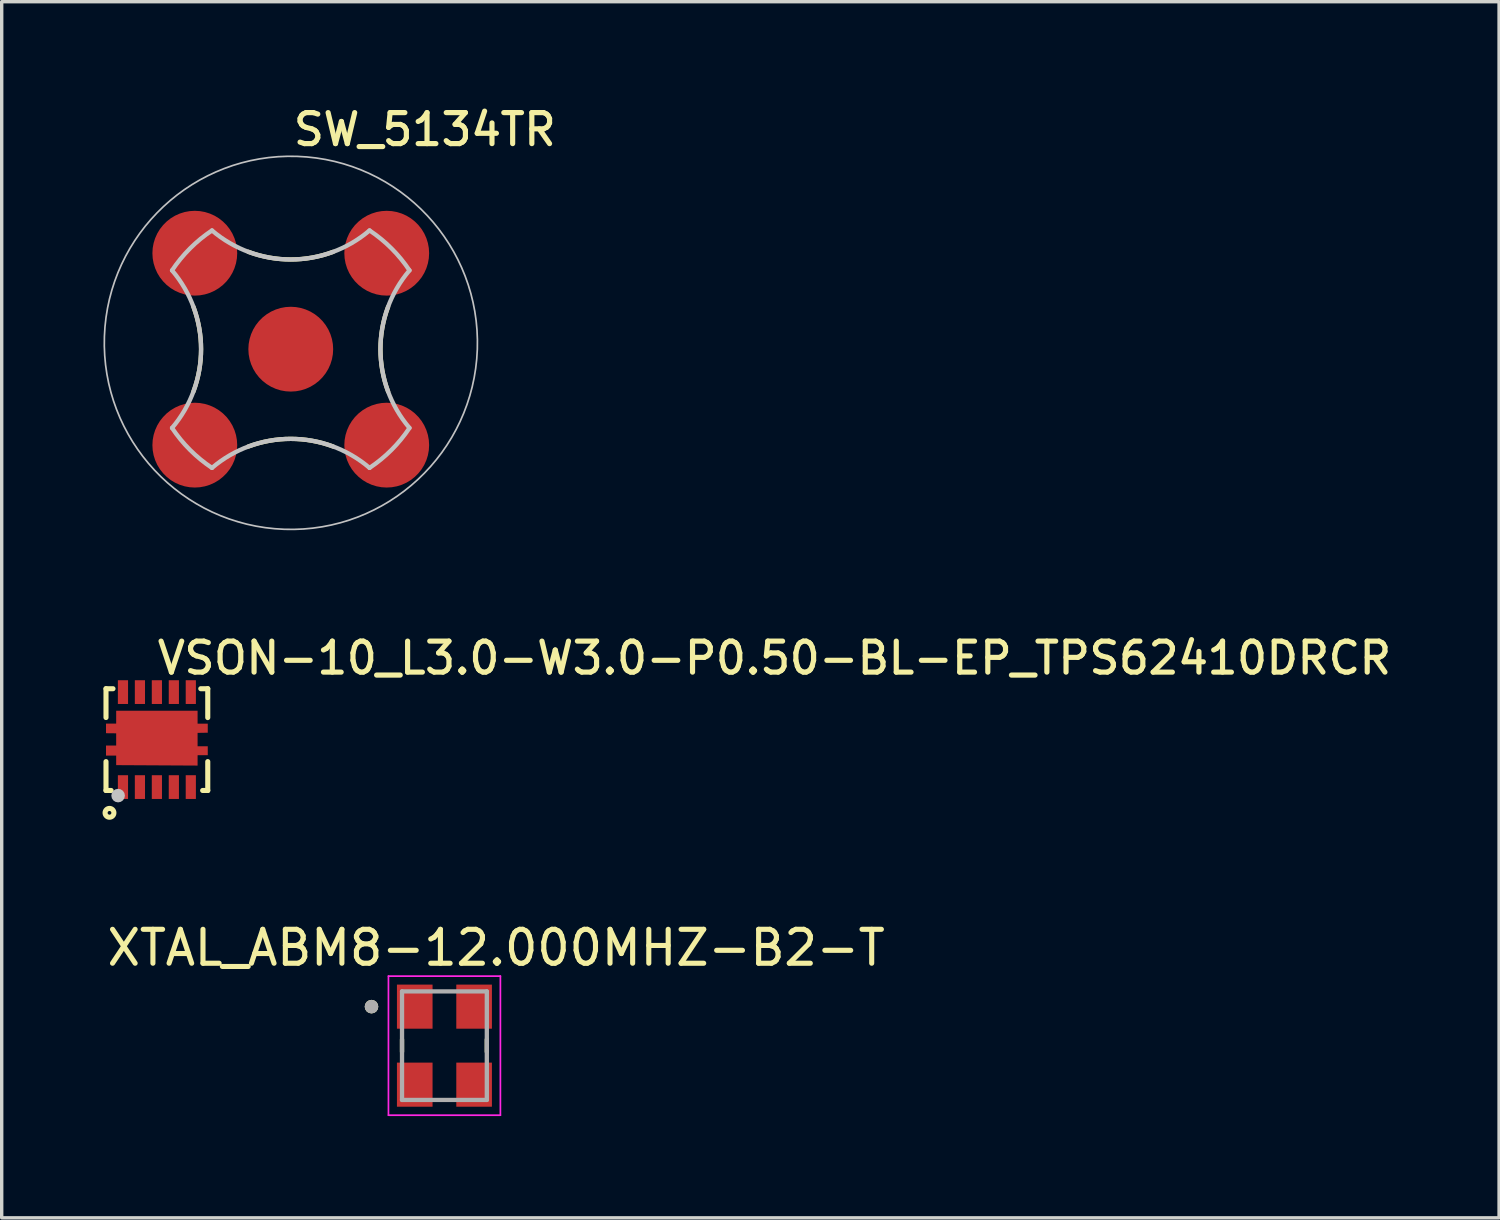
<source format=kicad_pcb>
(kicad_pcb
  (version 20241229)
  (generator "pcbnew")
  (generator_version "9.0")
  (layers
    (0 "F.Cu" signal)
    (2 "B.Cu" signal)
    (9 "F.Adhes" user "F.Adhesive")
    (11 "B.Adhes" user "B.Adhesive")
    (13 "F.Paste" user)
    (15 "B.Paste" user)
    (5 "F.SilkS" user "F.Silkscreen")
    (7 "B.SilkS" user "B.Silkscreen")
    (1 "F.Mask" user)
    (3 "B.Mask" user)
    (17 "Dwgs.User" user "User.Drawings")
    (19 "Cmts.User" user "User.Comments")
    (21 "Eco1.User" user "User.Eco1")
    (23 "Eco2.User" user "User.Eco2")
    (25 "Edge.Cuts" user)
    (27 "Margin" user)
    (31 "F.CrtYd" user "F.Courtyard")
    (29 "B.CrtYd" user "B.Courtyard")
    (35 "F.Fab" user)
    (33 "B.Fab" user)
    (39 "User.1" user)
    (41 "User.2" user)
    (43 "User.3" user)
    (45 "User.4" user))
  (footprint "XTAL_ABM8-12.000MHZ-B2-T"
    (layer "F.Cu")
    (at 10.052 27.777)
    (property "Reference" "XTAL_ABM8-12.000MHZ-B2-T" (at 1.525 -2.885 0) (layer "F.SilkS") (effects (font (size 1 1) (thickness 0.15))))
    (attr smd)
    (fp_line (start -1.25 -0.18) (end -1.25 0.18) (stroke (width 0.127) (type solid)) (layer "F.SilkS"))
    (fp_line (start 1.25 -0.18) (end 1.25 0.18) (stroke (width 0.127) (type solid)) (layer "F.SilkS"))
    (fp_circle (center -2.15 -1.15) (end -2.05 -1.15) (stroke (width 0.2) (type solid)) (fill no) (layer "F.SilkS"))
    (fp_line (start -1.65 -2.05) (end -1.65 2.05) (stroke (width 0.05) (type solid)) (layer "F.CrtYd"))
    (fp_line (start -1.65 -2.05) (end 1.65 -2.05) (stroke (width 0.05) (type solid)) (layer "F.CrtYd"))
    (fp_line (start 1.65 -2.05) (end 1.65 2.05) (stroke (width 0.05) (type solid)) (layer "F.CrtYd"))
    (fp_line (start 1.65 2.05) (end -1.65 2.05) (stroke (width 0.05) (type solid)) (layer "F.CrtYd"))
    (fp_line (start -1.25 -1.6) (end -1.25 1.6) (stroke (width 0.127) (type solid)) (layer "F.Fab"))
    (fp_line (start -1.25 -1.6) (end 1.25 -1.6) (stroke (width 0.127) (type solid)) (layer "F.Fab"))
    (fp_line (start 1.25 -1.6) (end 1.25 1.6) (stroke (width 0.127) (type solid)) (layer "F.Fab"))
    (fp_line (start 1.25 1.6) (end -1.25 1.6) (stroke (width 0.127) (type solid)) (layer "F.Fab"))
    (fp_circle (center -2.15 -1.15) (end -2.05 -1.15) (stroke (width 0.2) (type solid)) (fill no) (layer "F.Fab"))
    (pad "1" smd rect (at -0.875 -1.15) (size 1.05 1.3) (layers "F.Cu" "F.Mask" "F.Paste"))
    (pad "2" smd rect (at -0.875 1.15) (size 1.05 1.3) (layers "F.Cu" "F.Mask" "F.Paste"))
    (pad "3" smd rect (at 0.875 1.15) (size 1.05 1.3) (layers "F.Cu" "F.Mask" "F.Paste"))
    (pad "4" smd rect (at 0.875 -1.15) (size 1.05 1.3) (layers "F.Cu" "F.Mask" "F.Paste")))
  (footprint "VSON-10_L3.0-W3.0-P0.50-BL-EP_TPS62410DRCR"
    (layer "F.Cu")
    (at 1.575 18.754)
    (property "Reference" "VSON-10_L3.0-W3.0-P0.50-BL-EP_TPS62410DRCR" (at -0.064 -2.939 0) (layer "F.SilkS") (effects (font (size 0.914 0.914) (thickness 0.152)) (justify left top)))
    (fp_line (start -1.5 -1.5) (end -1.5 -0.651) (stroke (width 0.15) (type default)) (layer "F.SilkS"))
    (fp_line (start -1.5 -1.5) (end -1.294 -1.5) (stroke (width 0.15) (type default)) (layer "F.SilkS"))
    (fp_line (start -1.5 1.5) (end -1.5 0.649) (stroke (width 0.15) (type default)) (layer "F.SilkS"))
    (fp_line (start -1.5 1.5) (end -1.349 1.5) (stroke (width 0.15) (type default)) (layer "F.SilkS"))
    (fp_line (start 1.294 -1.5) (end 1.5 -1.5) (stroke (width 0.15) (type default)) (layer "F.SilkS"))
    (fp_line (start 1.349 1.5) (end 1.5 1.5) (stroke (width 0.15) (type default)) (layer "F.SilkS"))
    (fp_line (start 1.5 -1.5) (end 1.5 -0.649) (stroke (width 0.15) (type default)) (layer "F.SilkS"))
    (fp_line (start 1.5 0.649) (end 1.5 1.5) (stroke (width 0.15) (type default)) (layer "F.SilkS"))
    (fp_circle (center -1.397 2.159) (end -1.342 2.159) (stroke (width 0.15) (type default)) (fill no) (layer "F.SilkS"))
    (fp_circle (center -1.143 1.651) (end -1.043 1.651) (stroke (width 0.2) (type default)) (fill no) (layer "Dwgs.User"))
    (fp_circle (center -1.5 1.5) (end -1.47 1.5) (stroke (width 0.06) (type default)) (fill no) (layer "User.5"))
    (pad "1" smd rect (at -1 1.4) (size 0.3 0.7) (layers "F.Cu" "F.Mask" "F.Paste"))
    (pad "2" smd rect (at -0.5 1.4) (size 0.3 0.7) (layers "F.Cu" "F.Mask" "F.Paste"))
    (pad "3" smd rect (at 0 1.4) (size 0.3 0.7) (layers "F.Cu" "F.Mask" "F.Paste"))
    (pad "4" smd rect (at 0.5 1.4) (size 0.3 0.7) (layers "F.Cu" "F.Mask" "F.Paste"))
    (pad "5" smd rect (at 1 1.4 180) (size 0.3 0.7) (layers "F.Cu" "F.Mask" "F.Paste"))
    (pad "6" smd rect (at 1 -1.4 180) (size 0.3 0.7) (layers "F.Cu" "F.Mask" "F.Paste"))
    (pad "7" smd rect (at 0.5 -1.4 180) (size 0.3 0.7) (layers "F.Cu" "F.Mask" "F.Paste"))
    (pad "8" smd rect (at 0 -1.4 180) (size 0.3 0.7) (layers "F.Cu" "F.Mask" "F.Paste"))
    (pad "9" smd rect (at -0.5 -1.4) (size 0.3 0.7) (layers "F.Cu" "F.Mask" "F.Paste"))
    (pad "10" smd rect (at -1 -1.4) (size 0.3 0.7) (layers "F.Cu" "F.Mask" "F.Paste"))
    (pad "11" smd custom (at 0 -0.045) (size 0.000001 0.000001) (layers "F.Cu" "F.Mask" "F.Paste") (options (anchor circle)) (primitives (gr_poly (pts (xy -1.5 -0.427) (xy -1.2 -0.427) (xy -1.2 -0.805) (xy 1.2 -0.805) (xy 1.2 -0.425) (xy 1.5 -0.425) (xy 1.5 -0.158) (xy 1.2 -0.153) (xy 1.2 0.237) (xy 1.2 0.242) (xy 1.5 0.242) (xy 1.5 0.233) (xy 1.5 0.505) (xy 1.2 0.506) (xy 1.2 0.811) (xy -1.2 0.798) (xy -1.2 0.517) (xy -1.5 0.517) (xy -1.5 0.219) (xy -1.2 0.219) (xy -1.2 -0.14) (xy -1.5 -0.143)) (width 0) (fill yes))))
    (zone (net_name "") (layer "User.3") (hatch edge 0.5) (priority 100) (connect_pads yes) (min_thickness 0) (filled_areas_thickness no) (fill yes) (polygon (pts (xy 0.075 17.254) (xy 3.075 17.254) (xy 3.075 20.254) (xy 0.075 20.254))) (filled_polygon (layer "User.3") (island) (pts (xy 0.075 17.254) (xy 3.075 17.254) (xy 3.075 20.254) (xy 0.075 20.254))))
    (zone (net_name "") (layer "User.4") (hatch edge 0.5) (priority 100) (connect_pads yes) (min_thickness 0) (filled_areas_thickness no) (fill yes) (polygon (pts (xy 0.455 20.254) (xy 0.455 19.854) (xy 0.695 19.854) (xy 0.695 20.254))) (filled_polygon (layer "User.4") (island) (pts (xy 0.455 20.254) (xy 0.455 19.854) (xy 0.695 19.854) (xy 0.695 20.254))))
    (zone (net_name "") (layer "User.4") (hatch edge 0.5) (priority 100) (connect_pads yes) (min_thickness 0) (filled_areas_thickness no) (fill yes) (polygon (pts (xy 0.695 17.254) (xy 0.695 17.654) (xy 0.455 17.654) (xy 0.455 17.254))) (filled_polygon (layer "User.4") (island) (pts (xy 0.695 17.254) (xy 0.695 17.654) (xy 0.455 17.654) (xy 0.455 17.254))))
    (zone (net_name "") (layer "User.4") (hatch edge 0.5) (priority 100) (connect_pads yes) (min_thickness 0) (filled_areas_thickness no) (fill yes) (polygon (pts (xy 0.955 20.254) (xy 0.955 19.854) (xy 1.195 19.854) (xy 1.195 20.254))) (filled_polygon (layer "User.4") (island) (pts (xy 0.955 20.254) (xy 0.955 19.854) (xy 1.195 19.854) (xy 1.195 20.254))))
    (zone (net_name "") (layer "User.4") (hatch edge 0.5) (priority 100) (connect_pads yes) (min_thickness 0) (filled_areas_thickness no) (fill yes) (polygon (pts (xy 1.195 17.254) (xy 1.195 17.654) (xy 0.955 17.654) (xy 0.955 17.254))) (filled_polygon (layer "User.4") (island) (pts (xy 1.195 17.254) (xy 1.195 17.654) (xy 0.955 17.654) (xy 0.955 17.254))))
    (zone (net_name "") (layer "User.4") (hatch edge 0.5) (priority 100) (connect_pads yes) (min_thickness 0) (filled_areas_thickness no) (fill yes) (polygon (pts (xy 1.455 20.254) (xy 1.455 19.854) (xy 1.695 19.854) (xy 1.695 20.254))) (filled_polygon (layer "User.4") (island) (pts (xy 1.455 20.254) (xy 1.455 19.854) (xy 1.695 19.854) (xy 1.695 20.254))))
    (zone (net_name "") (layer "User.4") (hatch edge 0.5) (priority 100) (connect_pads yes) (min_thickness 0) (filled_areas_thickness no) (fill yes) (polygon (pts (xy 1.695 17.254) (xy 1.695 17.654) (xy 1.455 17.654) (xy 1.455 17.254))) (filled_polygon (layer "User.4") (island) (pts (xy 1.695 17.254) (xy 1.695 17.654) (xy 1.455 17.654) (xy 1.455 17.254))))
    (zone (net_name "") (layer "User.4") (hatch edge 0.5) (priority 100) (connect_pads yes) (min_thickness 0) (filled_areas_thickness no) (fill yes) (polygon (pts (xy 1.955 20.254) (xy 1.955 19.854) (xy 2.195 19.854) (xy 2.195 20.254))) (filled_polygon (layer "User.4") (island) (pts (xy 1.955 20.254) (xy 1.955 19.854) (xy 2.195 19.854) (xy 2.195 20.254))))
    (zone (net_name "") (layer "User.4") (hatch edge 0.5) (priority 100) (connect_pads yes) (min_thickness 0) (filled_areas_thickness no) (fill yes) (polygon (pts (xy 2.195 17.254) (xy 2.195 17.654) (xy 1.955 17.654) (xy 1.955 17.254))) (filled_polygon (layer "User.4") (island) (pts (xy 2.195 17.254) (xy 2.195 17.654) (xy 1.955 17.654) (xy 1.955 17.254))))
    (zone (net_name "") (layer "User.4") (hatch edge 0.5) (priority 100) (connect_pads yes) (min_thickness 0) (filled_areas_thickness no) (fill yes) (polygon (pts (xy 2.455 20.254) (xy 2.455 19.854) (xy 2.695 19.854) (xy 2.695 20.254))) (filled_polygon (layer "User.4") (island) (pts (xy 2.455 20.254) (xy 2.455 19.854) (xy 2.695 19.854) (xy 2.695 20.254))))
    (zone (net_name "") (layer "User.4") (hatch edge 0.5) (priority 100) (connect_pads yes) (min_thickness 0) (filled_areas_thickness no) (fill yes) (polygon (pts (xy 2.695 17.254) (xy 2.695 17.654) (xy 2.455 17.654) (xy 2.455 17.254))) (filled_polygon (layer "User.4") (island) (pts (xy 2.695 17.254) (xy 2.695 17.654) (xy 2.455 17.654) (xy 2.455 17.254))))
    (zone (net_name "") (layer "User.4") (hatch edge 0.5) (priority 100) (connect_pads yes) (min_thickness 0) (filled_areas_thickness no) (fill yes) (polygon (pts (xy 0.075 18.283) (xy 0.375 18.283) (xy 0.375 17.904) (xy 2.775 17.904) (xy 2.775 18.284) (xy 3.075 18.284) (xy 3.075 18.552) (xy 2.775 18.556) (xy 2.775 18.947) (xy 2.775 18.951) (xy 3.075 18.951) (xy 3.075 18.942) (xy 3.075 19.214) (xy 2.775 19.215) (xy 2.775 19.521) (xy 0.375 19.508) (xy 0.375 19.226) (xy 0.075 19.226) (xy 0.075 18.928) (xy 0.375 18.928) (xy 0.375 18.569) (xy 0.075 18.566))) (filled_polygon (layer "User.4") (island) (pts (xy 0.075 18.283) (xy 0.375 18.283) (xy 0.375 17.904) (xy 2.775 17.904) (xy 2.775 18.284) (xy 3.075 18.284) (xy 3.075 18.552) (xy 2.775 18.556) (xy 2.775 18.947) (xy 2.775 18.951) (xy 3.075 18.951) (xy 3.075 18.942) (xy 3.075 19.214) (xy 2.775 19.215) (xy 2.775 19.521) (xy 0.375 19.508) (xy 0.375 19.226) (xy 0.075 19.226) (xy 0.075 18.928) (xy 0.375 18.928) (xy 0.375 18.569) (xy 0.075 18.566)))))
  (footprint "SW_5134TR"
    (layer "F.Cu")
    (at 5.522 7.244)
    (property "Reference" "SW_5134TR" (at 0 -7.01 0) (layer "F.SilkS") (effects (font (size 0.914 0.914) (thickness 0.152)) (justify left top)))
    (fp_arc (start -2.8699 -1.2499) (mid -2.644014 0) (end -2.8699 1.2499) (stroke (width 0.127) (type default)) (layer "F.SilkS"))
    (fp_arc (start -1.2499 2.8699) (mid 0 2.644014) (end 1.2499 2.8699) (stroke (width 0.127) (type default)) (layer "F.SilkS"))
    (fp_arc (start 1.2499 -2.8699) (mid 0 -2.644014) (end -1.2499 -2.8699) (stroke (width 0.127) (type default)) (layer "F.SilkS"))
    (fp_arc (start 2.8699 1.2499) (mid 2.644014 0) (end 2.8699 -1.2499) (stroke (width 0.127) (type default)) (layer "F.SilkS"))
    (fp_arc (start -3.5001 -2.3226) (mid -2.644304 -0.000041) (end -3.4999 2.3226) (stroke (width 0.127) (type default)) (layer "Dwgs.User"))
    (fp_arc (start -3.5001 -2.3226) (mid -2.969825 -2.969731) (end -2.3226 -3.4999) (stroke (width 0.127) (type default)) (layer "Dwgs.User"))
    (fp_arc (start -2.3226 3.5001) (mid -2.969858 2.969858) (end -3.5001 2.3226) (stroke (width 0.127) (type default)) (layer "Dwgs.User"))
    (fp_arc (start -2.3226 3.5001) (mid -0.000041 2.644304) (end 2.3226 3.4999) (stroke (width 0.127) (type default)) (layer "Dwgs.User"))
    (fp_arc (start 2.3226 -3.5001) (mid 0.000041 -2.644304) (end -2.3226 -3.4999) (stroke (width 0.127) (type default)) (layer "Dwgs.User"))
    (fp_arc (start 2.3226 -3.5001) (mid 2.969858 -2.969858) (end 3.5001 -2.3226) (stroke (width 0.127) (type default)) (layer "Dwgs.User"))
    (fp_arc (start 3.5001 2.3226) (mid 2.969825 2.969731) (end 2.3226 3.4999) (stroke (width 0.127) (type default)) (layer "Dwgs.User"))
    (fp_arc (start 3.5001 2.3226) (mid 2.644304 0.000041) (end 3.4999 -2.3226) (stroke (width 0.127) (type default)) (layer "Dwgs.User"))
    (fp_arc (start 5.4999 0.0058) (mid -5.489427 -0.474901) (end 5.5001 0) (stroke (width 0.05) (type default)) (layer "Dwgs.User"))
    (pad "1" smd custom (at -2.829 -2.829) (size 0.000001 0.000001) (layers "F.Cu" "F.Mask" "F.Paste") (options (anchor circle)) (primitives (gr_poly (pts (xy -1.25 0) (xy -1.241 -0.151) (xy -1.214 -0.299) (xy -1.169 -0.443) (xy -1.107 -0.581) (xy -1.029 -0.71) (xy -0.935 -0.829) (xy -0.829 -0.935) (xy -0.71 -1.029) (xy -0.581 -1.107) (xy -0.443 -1.169) (xy -0.299 -1.214) (xy -0.151 -1.241) (xy 0 -1.25) (xy 0.151 -1.241) (xy 0.299 -1.214) (xy 0.443 -1.169) (xy 0.581 -1.107) (xy 0.71 -1.029) (xy 0.829 -0.935) (xy 0.936 -0.829) (xy 1.029 -0.71) (xy 1.107 -0.581) (xy 1.169 -0.443) (xy 1.214 -0.299) (xy 1.241 -0.151) (xy 1.25 0) (xy 1.241 0.151) (xy 1.214 0.299) (xy 1.169 0.443) (xy 1.107 0.581) (xy 1.029 0.71) (xy 0.936 0.829) (xy 0.829 0.936) (xy 0.71 1.029) (xy 0.581 1.107) (xy 0.443 1.169) (xy 0.299 1.214) (xy 0.151 1.241) (xy 0 1.25) (xy -0.151 1.241) (xy -0.299 1.214) (xy -0.443 1.169) (xy -0.581 1.107) (xy -0.71 1.029) (xy -0.829 0.936) (xy -0.935 0.829) (xy -1.029 0.71) (xy -1.107 0.581) (xy -1.169 0.443) (xy -1.214 0.299) (xy -1.241 0.151)) (width 0) (fill yes))))
    (pad "2" smd custom (at -2.829 2.829) (size 0.000001 0.000001) (layers "F.Cu" "F.Mask" "F.Paste") (options (anchor circle)) (primitives (gr_poly (pts (xy -1.25 0) (xy -1.241 -0.151) (xy -1.214 -0.299) (xy -1.169 -0.443) (xy -1.107 -0.581) (xy -1.029 -0.71) (xy -0.935 -0.829) (xy -0.829 -0.936) (xy -0.71 -1.029) (xy -0.581 -1.107) (xy -0.443 -1.169) (xy -0.299 -1.214) (xy -0.151 -1.241) (xy 0 -1.25) (xy 0.151 -1.241) (xy 0.299 -1.214) (xy 0.443 -1.169) (xy 0.581 -1.107) (xy 0.71 -1.029) (xy 0.829 -0.936) (xy 0.936 -0.829) (xy 1.029 -0.71) (xy 1.107 -0.581) (xy 1.169 -0.443) (xy 1.214 -0.299) (xy 1.241 -0.151) (xy 1.25 0) (xy 1.241 0.151) (xy 1.214 0.299) (xy 1.169 0.443) (xy 1.107 0.581) (xy 1.029 0.71) (xy 0.936 0.829) (xy 0.829 0.935) (xy 0.71 1.029) (xy 0.581 1.107) (xy 0.443 1.169) (xy 0.299 1.214) (xy 0.151 1.241) (xy 0 1.25) (xy -0.151 1.241) (xy -0.299 1.214) (xy -0.443 1.169) (xy -0.581 1.107) (xy -0.71 1.029) (xy -0.829 0.935) (xy -0.935 0.829) (xy -1.029 0.71) (xy -1.107 0.581) (xy -1.169 0.443) (xy -1.214 0.299) (xy -1.241 0.151)) (width 0) (fill yes))))
    (pad "3" smd custom (at 2.829 2.829) (size 0.000001 0.000001) (layers "F.Cu" "F.Mask" "F.Paste") (options (anchor circle)) (primitives (gr_poly (pts (xy -1.25 0) (xy -1.241 -0.151) (xy -1.214 -0.299) (xy -1.169 -0.443) (xy -1.107 -0.581) (xy -1.029 -0.71) (xy -0.936 -0.829) (xy -0.829 -0.936) (xy -0.71 -1.029) (xy -0.581 -1.107) (xy -0.443 -1.169) (xy -0.299 -1.214) (xy -0.151 -1.241) (xy 0 -1.25) (xy 0.151 -1.241) (xy 0.299 -1.214) (xy 0.443 -1.169) (xy 0.581 -1.107) (xy 0.71 -1.029) (xy 0.829 -0.936) (xy 0.935 -0.829) (xy 1.029 -0.71) (xy 1.107 -0.581) (xy 1.169 -0.443) (xy 1.214 -0.299) (xy 1.241 -0.151) (xy 1.25 0) (xy 1.241 0.151) (xy 1.214 0.299) (xy 1.169 0.443) (xy 1.107 0.581) (xy 1.029 0.71) (xy 0.935 0.829) (xy 0.829 0.935) (xy 0.71 1.029) (xy 0.581 1.107) (xy 0.443 1.169) (xy 0.299 1.214) (xy 0.151 1.241) (xy 0 1.25) (xy -0.151 1.241) (xy -0.299 1.214) (xy -0.443 1.169) (xy -0.581 1.107) (xy -0.71 1.029) (xy -0.829 0.935) (xy -0.936 0.829) (xy -1.029 0.71) (xy -1.107 0.581) (xy -1.169 0.443) (xy -1.214 0.299) (xy -1.241 0.151)) (width 0) (fill yes))))
    (pad "4" smd custom (at 2.829 -2.829) (size 0.000001 0.000001) (layers "F.Cu" "F.Mask" "F.Paste") (options (anchor circle)) (primitives (gr_poly (pts (xy -1.25 0) (xy -1.241 -0.151) (xy -1.214 -0.299) (xy -1.169 -0.443) (xy -1.107 -0.581) (xy -1.029 -0.71) (xy -0.936 -0.829) (xy -0.829 -0.935) (xy -0.71 -1.029) (xy -0.581 -1.107) (xy -0.443 -1.169) (xy -0.299 -1.214) (xy -0.151 -1.241) (xy 0 -1.25) (xy 0.151 -1.241) (xy 0.299 -1.214) (xy 0.443 -1.169) (xy 0.581 -1.107) (xy 0.71 -1.029) (xy 0.829 -0.935) (xy 0.935 -0.829) (xy 1.029 -0.71) (xy 1.107 -0.581) (xy 1.169 -0.443) (xy 1.214 -0.299) (xy 1.241 -0.151) (xy 1.25 0) (xy 1.241 0.151) (xy 1.214 0.299) (xy 1.169 0.443) (xy 1.107 0.581) (xy 1.029 0.71) (xy 0.935 0.829) (xy 0.829 0.936) (xy 0.71 1.029) (xy 0.581 1.107) (xy 0.443 1.169) (xy 0.299 1.214) (xy 0.151 1.241) (xy 0 1.25) (xy -0.151 1.241) (xy -0.299 1.214) (xy -0.443 1.169) (xy -0.581 1.107) (xy -0.71 1.029) (xy -0.829 0.936) (xy -0.936 0.829) (xy -1.029 0.71) (xy -1.107 0.581) (xy -1.169 0.443) (xy -1.214 0.299) (xy -1.241 0.151)) (width 0) (fill yes))))
    (pad "5" smd custom (at 0 0) (size 0.000001 0.000001) (layers "F.Cu" "F.Mask" "F.Paste") (options (anchor circle)) (primitives (gr_poly (pts (xy -1.25 0) (xy -1.241 -0.151) (xy -1.214 -0.299) (xy -1.169 -0.443) (xy -1.107 -0.581) (xy -1.029 -0.71) (xy -0.936 -0.829) (xy -0.829 -0.936) (xy -0.71 -1.029) (xy -0.581 -1.107) (xy -0.443 -1.169) (xy -0.299 -1.214) (xy -0.151 -1.241) (xy 0 -1.25) (xy 0.151 -1.241) (xy 0.299 -1.214) (xy 0.443 -1.169) (xy 0.581 -1.107) (xy 0.71 -1.029) (xy 0.829 -0.936) (xy 0.936 -0.829) (xy 1.029 -0.71) (xy 1.107 -0.581) (xy 1.169 -0.443) (xy 1.214 -0.299) (xy 1.241 -0.151) (xy 1.25 0) (xy 1.241 0.151) (xy 1.214 0.299) (xy 1.169 0.443) (xy 1.107 0.581) (xy 1.029 0.71) (xy 0.936 0.829) (xy 0.829 0.936) (xy 0.71 1.029) (xy 0.581 1.107) (xy 0.443 1.169) (xy 0.299 1.214) (xy 0.151 1.241) (xy 0 1.25) (xy -0.151 1.241) (xy -0.299 1.214) (xy -0.443 1.169) (xy -0.581 1.107) (xy -0.71 1.029) (xy -0.829 0.936) (xy -0.936 0.829) (xy -1.029 0.71) (xy -1.107 0.581) (xy -1.169 0.443) (xy -1.214 0.299) (xy -1.241 0.151)) (width 0) (fill yes)))))
  (gr_rect
    (start -3 -3)
    (end 41.144 32.852)
    (stroke (width 0.1) (type default))
    (fill no)
    (layer "Edge.Cuts")))
</source>
